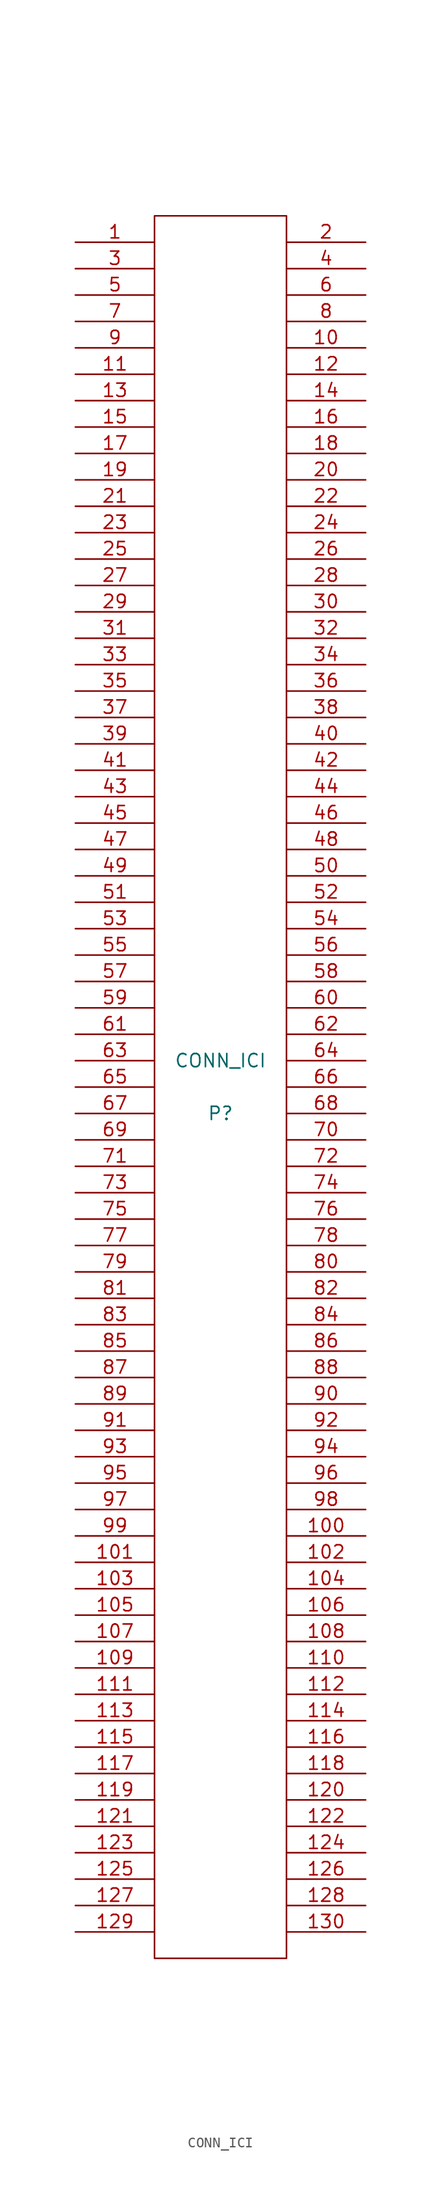
<source format=kicad_sym>
(kicad_symbol_lib
  (version 20211014)
  (generator kicad_symbol_editor)
  (symbol "CONN_ICI"
    (pin_names
      (offset 1.016) hide)
    (property "Reference" "P"
      (at 0 -2.54 0)
      (effects (font (size 1.27 1.27))))
    (property "Value" "CONN_ICI"
      (at 0 2.54 0)
      (effects (font (size 1.27 1.27))))
    (property "Datasheet" ""
      (at 0 0 0)
      (effects (font (size 1.524 1.524))))
    (symbol "CONN_ICI_0_1"
      (rectangle (start -6.35 83.82) (end 6.35 -83.82) (stroke (width 0) (type default) (color 0 0 0 0)) (fill (type none))))
    (symbol "CONN_ICI_1_1"
      (pin input line (at -13.97 81.28 0) (length 7.62) (name "1" (effects (font (size 1.27 1.27)))) (number "1" (effects (font (size 1.27 1.27)))))
      (pin input line (at 13.97 71.12 180) (length 7.62) (name "10" (effects (font (size 1.27 1.27)))) (number "10" (effects (font (size 1.27 1.27)))))
      (pin input line (at 13.97 -43.18 180) (length 7.62) (name "100" (effects (font (size 1.27 1.27)))) (number "100" (effects (font (size 1.27 1.27)))))
      (pin input line (at -13.97 -45.72 0) (length 7.62) (name "101" (effects (font (size 1.27 1.27)))) (number "101" (effects (font (size 1.27 1.27)))))
      (pin input line (at 13.97 -45.72 180) (length 7.62) (name "102" (effects (font (size 1.27 1.27)))) (number "102" (effects (font (size 1.27 1.27)))))
      (pin input line (at -13.97 -48.26 0) (length 7.62) (name "103" (effects (font (size 1.27 1.27)))) (number "103" (effects (font (size 1.27 1.27)))))
      (pin input line (at 13.97 -48.26 180) (length 7.62) (name "104" (effects (font (size 1.27 1.27)))) (number "104" (effects (font (size 1.27 1.27)))))
      (pin input line (at -13.97 -50.8 0) (length 7.62) (name "105" (effects (font (size 1.27 1.27)))) (number "105" (effects (font (size 1.27 1.27)))))
      (pin input line (at 13.97 -50.8 180) (length 7.62) (name "106" (effects (font (size 1.27 1.27)))) (number "106" (effects (font (size 1.27 1.27)))))
      (pin input line (at -13.97 -53.34 0) (length 7.62) (name "107" (effects (font (size 1.27 1.27)))) (number "107" (effects (font (size 1.27 1.27)))))
      (pin input line (at 13.97 -53.34 180) (length 7.62) (name "108" (effects (font (size 1.27 1.27)))) (number "108" (effects (font (size 1.27 1.27)))))
      (pin input line (at -13.97 -55.88 0) (length 7.62) (name "109" (effects (font (size 1.27 1.27)))) (number "109" (effects (font (size 1.27 1.27)))))
      (pin input line (at -13.97 68.58 0) (length 7.62) (name "11" (effects (font (size 1.27 1.27)))) (number "11" (effects (font (size 1.27 1.27)))))
      (pin input line (at 13.97 -55.88 180) (length 7.62) (name "110" (effects (font (size 1.27 1.27)))) (number "110" (effects (font (size 1.27 1.27)))))
      (pin input line (at -13.97 -58.42 0) (length 7.62) (name "111" (effects (font (size 1.27 1.27)))) (number "111" (effects (font (size 1.27 1.27)))))
      (pin input line (at 13.97 -58.42 180) (length 7.62) (name "112" (effects (font (size 1.27 1.27)))) (number "112" (effects (font (size 1.27 1.27)))))
      (pin input line (at -13.97 -60.96 0) (length 7.62) (name "113" (effects (font (size 1.27 1.27)))) (number "113" (effects (font (size 1.27 1.27)))))
      (pin input line (at 13.97 -60.96 180) (length 7.62) (name "114" (effects (font (size 1.27 1.27)))) (number "114" (effects (font (size 1.27 1.27)))))
      (pin input line (at -13.97 -63.5 0) (length 7.62) (name "115" (effects (font (size 1.27 1.27)))) (number "115" (effects (font (size 1.27 1.27)))))
      (pin input line (at 13.97 -63.5 180) (length 7.62) (name "116" (effects (font (size 1.27 1.27)))) (number "116" (effects (font (size 1.27 1.27)))))
      (pin input line (at -13.97 -66.04 0) (length 7.62) (name "117" (effects (font (size 1.27 1.27)))) (number "117" (effects (font (size 1.27 1.27)))))
      (pin input line (at 13.97 -66.04 180) (length 7.62) (name "118" (effects (font (size 1.27 1.27)))) (number "118" (effects (font (size 1.27 1.27)))))
      (pin input line (at -13.97 -68.58 0) (length 7.62) (name "119" (effects (font (size 1.27 1.27)))) (number "119" (effects (font (size 1.27 1.27)))))
      (pin input line (at 13.97 68.58 180) (length 7.62) (name "12" (effects (font (size 1.27 1.27)))) (number "12" (effects (font (size 1.27 1.27)))))
      (pin input line (at 13.97 -68.58 180) (length 7.62) (name "120" (effects (font (size 1.27 1.27)))) (number "120" (effects (font (size 1.27 1.27)))))
      (pin input line (at -13.97 -71.12 0) (length 7.62) (name "121" (effects (font (size 1.27 1.27)))) (number "121" (effects (font (size 1.27 1.27)))))
      (pin input line (at 13.97 -71.12 180) (length 7.62) (name "122" (effects (font (size 1.27 1.27)))) (number "122" (effects (font (size 1.27 1.27)))))
      (pin input line (at -13.97 -73.66 0) (length 7.62) (name "123" (effects (font (size 1.27 1.27)))) (number "123" (effects (font (size 1.27 1.27)))))
      (pin input line (at 13.97 -73.66 180) (length 7.62) (name "124" (effects (font (size 1.27 1.27)))) (number "124" (effects (font (size 1.27 1.27)))))
      (pin input line (at -13.97 -76.2 0) (length 7.62) (name "125" (effects (font (size 1.27 1.27)))) (number "125" (effects (font (size 1.27 1.27)))))
      (pin input line (at 13.97 -76.2 180) (length 7.62) (name "126" (effects (font (size 1.27 1.27)))) (number "126" (effects (font (size 1.27 1.27)))))
      (pin input line (at -13.97 -78.74 0) (length 7.62) (name "127" (effects (font (size 1.27 1.27)))) (number "127" (effects (font (size 1.27 1.27)))))
      (pin input line (at 13.97 -78.74 180) (length 7.62) (name "128" (effects (font (size 1.27 1.27)))) (number "128" (effects (font (size 1.27 1.27)))))
      (pin input line (at -13.97 -81.28 0) (length 7.62) (name "129" (effects (font (size 1.27 1.27)))) (number "129" (effects (font (size 1.27 1.27)))))
      (pin input line (at -13.97 66.04 0) (length 7.62) (name "13" (effects (font (size 1.27 1.27)))) (number "13" (effects (font (size 1.27 1.27)))))
      (pin input line (at 13.97 -81.28 180) (length 7.62) (name "130" (effects (font (size 1.27 1.27)))) (number "130" (effects (font (size 1.27 1.27)))))
      (pin input line (at 13.97 66.04 180) (length 7.62) (name "14" (effects (font (size 1.27 1.27)))) (number "14" (effects (font (size 1.27 1.27)))))
      (pin input line (at -13.97 63.5 0) (length 7.62) (name "15" (effects (font (size 1.27 1.27)))) (number "15" (effects (font (size 1.27 1.27)))))
      (pin input line (at 13.97 63.5 180) (length 7.62) (name "16" (effects (font (size 1.27 1.27)))) (number "16" (effects (font (size 1.27 1.27)))))
      (pin input line (at -13.97 60.96 0) (length 7.62) (name "17" (effects (font (size 1.27 1.27)))) (number "17" (effects (font (size 1.27 1.27)))))
      (pin input line (at 13.97 60.96 180) (length 7.62) (name "18" (effects (font (size 1.27 1.27)))) (number "18" (effects (font (size 1.27 1.27)))))
      (pin input line (at -13.97 58.42 0) (length 7.62) (name "19" (effects (font (size 1.27 1.27)))) (number "19" (effects (font (size 1.27 1.27)))))
      (pin input line (at 13.97 81.28 180) (length 7.62) (name "2" (effects (font (size 1.27 1.27)))) (number "2" (effects (font (size 1.27 1.27)))))
      (pin input line (at 13.97 58.42 180) (length 7.62) (name "20" (effects (font (size 1.27 1.27)))) (number "20" (effects (font (size 1.27 1.27)))))
      (pin input line (at -13.97 55.88 0) (length 7.62) (name "21" (effects (font (size 1.27 1.27)))) (number "21" (effects (font (size 1.27 1.27)))))
      (pin input line (at 13.97 55.88 180) (length 7.62) (name "22" (effects (font (size 1.27 1.27)))) (number "22" (effects (font (size 1.27 1.27)))))
      (pin input line (at -13.97 53.34 0) (length 7.62) (name "23" (effects (font (size 1.27 1.27)))) (number "23" (effects (font (size 1.27 1.27)))))
      (pin input line (at 13.97 53.34 180) (length 7.62) (name "24" (effects (font (size 1.27 1.27)))) (number "24" (effects (font (size 1.27 1.27)))))
      (pin input line (at -13.97 50.8 0) (length 7.62) (name "25" (effects (font (size 1.27 1.27)))) (number "25" (effects (font (size 1.27 1.27)))))
      (pin input line (at 13.97 50.8 180) (length 7.62) (name "26" (effects (font (size 1.27 1.27)))) (number "26" (effects (font (size 1.27 1.27)))))
      (pin input line (at -13.97 48.26 0) (length 7.62) (name "27" (effects (font (size 1.27 1.27)))) (number "27" (effects (font (size 1.27 1.27)))))
      (pin input line (at 13.97 48.26 180) (length 7.62) (name "28" (effects (font (size 1.27 1.27)))) (number "28" (effects (font (size 1.27 1.27)))))
      (pin input line (at -13.97 45.72 0) (length 7.62) (name "29" (effects (font (size 1.27 1.27)))) (number "29" (effects (font (size 1.27 1.27)))))
      (pin input line (at -13.97 78.74 0) (length 7.62) (name "3" (effects (font (size 1.27 1.27)))) (number "3" (effects (font (size 1.27 1.27)))))
      (pin input line (at 13.97 45.72 180) (length 7.62) (name "30" (effects (font (size 1.27 1.27)))) (number "30" (effects (font (size 1.27 1.27)))))
      (pin input line (at -13.97 43.18 0) (length 7.62) (name "31" (effects (font (size 1.27 1.27)))) (number "31" (effects (font (size 1.27 1.27)))))
      (pin input line (at 13.97 43.18 180) (length 7.62) (name "32" (effects (font (size 1.27 1.27)))) (number "32" (effects (font (size 1.27 1.27)))))
      (pin input line (at -13.97 40.64 0) (length 7.62) (name "33" (effects (font (size 1.27 1.27)))) (number "33" (effects (font (size 1.27 1.27)))))
      (pin input line (at 13.97 40.64 180) (length 7.62) (name "34" (effects (font (size 1.27 1.27)))) (number "34" (effects (font (size 1.27 1.27)))))
      (pin input line (at -13.97 38.1 0) (length 7.62) (name "35" (effects (font (size 1.27 1.27)))) (number "35" (effects (font (size 1.27 1.27)))))
      (pin input line (at 13.97 38.1 180) (length 7.62) (name "36" (effects (font (size 1.27 1.27)))) (number "36" (effects (font (size 1.27 1.27)))))
      (pin input line (at -13.97 35.56 0) (length 7.62) (name "37" (effects (font (size 1.27 1.27)))) (number "37" (effects (font (size 1.27 1.27)))))
      (pin input line (at 13.97 35.56 180) (length 7.62) (name "38" (effects (font (size 1.27 1.27)))) (number "38" (effects (font (size 1.27 1.27)))))
      (pin input line (at -13.97 33.02 0) (length 7.62) (name "39" (effects (font (size 1.27 1.27)))) (number "39" (effects (font (size 1.27 1.27)))))
      (pin input line (at 13.97 78.74 180) (length 7.62) (name "4" (effects (font (size 1.27 1.27)))) (number "4" (effects (font (size 1.27 1.27)))))
      (pin input line (at 13.97 33.02 180) (length 7.62) (name "40" (effects (font (size 1.27 1.27)))) (number "40" (effects (font (size 1.27 1.27)))))
      (pin input line (at -13.97 30.48 0) (length 7.62) (name "41" (effects (font (size 1.27 1.27)))) (number "41" (effects (font (size 1.27 1.27)))))
      (pin input line (at 13.97 30.48 180) (length 7.62) (name "42" (effects (font (size 1.27 1.27)))) (number "42" (effects (font (size 1.27 1.27)))))
      (pin input line (at -13.97 27.94 0) (length 7.62) (name "43" (effects (font (size 1.27 1.27)))) (number "43" (effects (font (size 1.27 1.27)))))
      (pin input line (at 13.97 27.94 180) (length 7.62) (name "44" (effects (font (size 1.27 1.27)))) (number "44" (effects (font (size 1.27 1.27)))))
      (pin input line (at -13.97 25.4 0) (length 7.62) (name "45" (effects (font (size 1.27 1.27)))) (number "45" (effects (font (size 1.27 1.27)))))
      (pin input line (at 13.97 25.4 180) (length 7.62) (name "46" (effects (font (size 1.27 1.27)))) (number "46" (effects (font (size 1.27 1.27)))))
      (pin input line (at -13.97 22.86 0) (length 7.62) (name "47" (effects (font (size 1.27 1.27)))) (number "47" (effects (font (size 1.27 1.27)))))
      (pin input line (at 13.97 22.86 180) (length 7.62) (name "48" (effects (font (size 1.27 1.27)))) (number "48" (effects (font (size 1.27 1.27)))))
      (pin input line (at -13.97 20.32 0) (length 7.62) (name "49" (effects (font (size 1.27 1.27)))) (number "49" (effects (font (size 1.27 1.27)))))
      (pin input line (at -13.97 76.2 0) (length 7.62) (name "5" (effects (font (size 1.27 1.27)))) (number "5" (effects (font (size 1.27 1.27)))))
      (pin input line (at 13.97 20.32 180) (length 7.62) (name "50" (effects (font (size 1.27 1.27)))) (number "50" (effects (font (size 1.27 1.27)))))
      (pin input line (at -13.97 17.78 0) (length 7.62) (name "51" (effects (font (size 1.27 1.27)))) (number "51" (effects (font (size 1.27 1.27)))))
      (pin input line (at 13.97 17.78 180) (length 7.62) (name "52" (effects (font (size 1.27 1.27)))) (number "52" (effects (font (size 1.27 1.27)))))
      (pin input line (at -13.97 15.24 0) (length 7.62) (name "53" (effects (font (size 1.27 1.27)))) (number "53" (effects (font (size 1.27 1.27)))))
      (pin input line (at 13.97 15.24 180) (length 7.62) (name "54" (effects (font (size 1.27 1.27)))) (number "54" (effects (font (size 1.27 1.27)))))
      (pin input line (at -13.97 12.7 0) (length 7.62) (name "55" (effects (font (size 1.27 1.27)))) (number "55" (effects (font (size 1.27 1.27)))))
      (pin input line (at 13.97 12.7 180) (length 7.62) (name "56" (effects (font (size 1.27 1.27)))) (number "56" (effects (font (size 1.27 1.27)))))
      (pin input line (at -13.97 10.16 0) (length 7.62) (name "57" (effects (font (size 1.27 1.27)))) (number "57" (effects (font (size 1.27 1.27)))))
      (pin input line (at 13.97 10.16 180) (length 7.62) (name "58" (effects (font (size 1.27 1.27)))) (number "58" (effects (font (size 1.27 1.27)))))
      (pin input line (at -13.97 7.62 0) (length 7.62) (name "59" (effects (font (size 1.27 1.27)))) (number "59" (effects (font (size 1.27 1.27)))))
      (pin input line (at 13.97 76.2 180) (length 7.62) (name "6" (effects (font (size 1.27 1.27)))) (number "6" (effects (font (size 1.27 1.27)))))
      (pin input line (at 13.97 7.62 180) (length 7.62) (name "60" (effects (font (size 1.27 1.27)))) (number "60" (effects (font (size 1.27 1.27)))))
      (pin input line (at -13.97 5.08 0) (length 7.62) (name "61" (effects (font (size 1.27 1.27)))) (number "61" (effects (font (size 1.27 1.27)))))
      (pin input line (at 13.97 5.08 180) (length 7.62) (name "62" (effects (font (size 1.27 1.27)))) (number "62" (effects (font (size 1.27 1.27)))))
      (pin input line (at -13.97 2.54 0) (length 7.62) (name "63" (effects (font (size 1.27 1.27)))) (number "63" (effects (font (size 1.27 1.27)))))
      (pin input line (at 13.97 2.54 180) (length 7.62) (name "64" (effects (font (size 1.27 1.27)))) (number "64" (effects (font (size 1.27 1.27)))))
      (pin input line (at -13.97 0 0) (length 7.62) (name "65" (effects (font (size 1.27 1.27)))) (number "65" (effects (font (size 1.27 1.27)))))
      (pin input line (at 13.97 0 180) (length 7.62) (name "66" (effects (font (size 1.27 1.27)))) (number "66" (effects (font (size 1.27 1.27)))))
      (pin input line (at -13.97 -2.54 0) (length 7.62) (name "67" (effects (font (size 1.27 1.27)))) (number "67" (effects (font (size 1.27 1.27)))))
      (pin input line (at 13.97 -2.54 180) (length 7.62) (name "68" (effects (font (size 1.27 1.27)))) (number "68" (effects (font (size 1.27 1.27)))))
      (pin input line (at -13.97 -5.08 0) (length 7.62) (name "69" (effects (font (size 1.27 1.27)))) (number "69" (effects (font (size 1.27 1.27)))))
      (pin input line (at -13.97 73.66 0) (length 7.62) (name "7" (effects (font (size 1.27 1.27)))) (number "7" (effects (font (size 1.27 1.27)))))
      (pin input line (at 13.97 -5.08 180) (length 7.62) (name "70" (effects (font (size 1.27 1.27)))) (number "70" (effects (font (size 1.27 1.27)))))
      (pin input line (at -13.97 -7.62 0) (length 7.62) (name "71" (effects (font (size 1.27 1.27)))) (number "71" (effects (font (size 1.27 1.27)))))
      (pin input line (at 13.97 -7.62 180) (length 7.62) (name "72" (effects (font (size 1.27 1.27)))) (number "72" (effects (font (size 1.27 1.27)))))
      (pin input line (at -13.97 -10.16 0) (length 7.62) (name "73" (effects (font (size 1.27 1.27)))) (number "73" (effects (font (size 1.27 1.27)))))
      (pin input line (at 13.97 -10.16 180) (length 7.62) (name "74" (effects (font (size 1.27 1.27)))) (number "74" (effects (font (size 1.27 1.27)))))
      (pin input line (at -13.97 -12.7 0) (length 7.62) (name "75" (effects (font (size 1.27 1.27)))) (number "75" (effects (font (size 1.27 1.27)))))
      (pin input line (at 13.97 -12.7 180) (length 7.62) (name "76" (effects (font (size 1.27 1.27)))) (number "76" (effects (font (size 1.27 1.27)))))
      (pin input line (at -13.97 -15.24 0) (length 7.62) (name "77" (effects (font (size 1.27 1.27)))) (number "77" (effects (font (size 1.27 1.27)))))
      (pin input line (at 13.97 -15.24 180) (length 7.62) (name "78" (effects (font (size 1.27 1.27)))) (number "78" (effects (font (size 1.27 1.27)))))
      (pin input line (at -13.97 -17.78 0) (length 7.62) (name "79" (effects (font (size 1.27 1.27)))) (number "79" (effects (font (size 1.27 1.27)))))
      (pin input line (at 13.97 73.66 180) (length 7.62) (name "8" (effects (font (size 1.27 1.27)))) (number "8" (effects (font (size 1.27 1.27)))))
      (pin input line (at 13.97 -17.78 180) (length 7.62) (name "80" (effects (font (size 1.27 1.27)))) (number "80" (effects (font (size 1.27 1.27)))))
      (pin input line (at -13.97 -20.32 0) (length 7.62) (name "81" (effects (font (size 1.27 1.27)))) (number "81" (effects (font (size 1.27 1.27)))))
      (pin input line (at 13.97 -20.32 180) (length 7.62) (name "82" (effects (font (size 1.27 1.27)))) (number "82" (effects (font (size 1.27 1.27)))))
      (pin input line (at -13.97 -22.86 0) (length 7.62) (name "83" (effects (font (size 1.27 1.27)))) (number "83" (effects (font (size 1.27 1.27)))))
      (pin input line (at 13.97 -22.86 180) (length 7.62) (name "84" (effects (font (size 1.27 1.27)))) (number "84" (effects (font (size 1.27 1.27)))))
      (pin input line (at -13.97 -25.4 0) (length 7.62) (name "85" (effects (font (size 1.27 1.27)))) (number "85" (effects (font (size 1.27 1.27)))))
      (pin input line (at 13.97 -25.4 180) (length 7.62) (name "86" (effects (font (size 1.27 1.27)))) (number "86" (effects (font (size 1.27 1.27)))))
      (pin input line (at -13.97 -27.94 0) (length 7.62) (name "87" (effects (font (size 1.27 1.27)))) (number "87" (effects (font (size 1.27 1.27)))))
      (pin input line (at 13.97 -27.94 180) (length 7.62) (name "88" (effects (font (size 1.27 1.27)))) (number "88" (effects (font (size 1.27 1.27)))))
      (pin input line (at -13.97 -30.48 0) (length 7.62) (name "89" (effects (font (size 1.27 1.27)))) (number "89" (effects (font (size 1.27 1.27)))))
      (pin input line (at -13.97 71.12 0) (length 7.62) (name "9" (effects (font (size 1.27 1.27)))) (number "9" (effects (font (size 1.27 1.27)))))
      (pin input line (at 13.97 -30.48 180) (length 7.62) (name "90" (effects (font (size 1.27 1.27)))) (number "90" (effects (font (size 1.27 1.27)))))
      (pin input line (at -13.97 -33.02 0) (length 7.62) (name "91" (effects (font (size 1.27 1.27)))) (number "91" (effects (font (size 1.27 1.27)))))
      (pin input line (at 13.97 -33.02 180) (length 7.62) (name "92" (effects (font (size 1.27 1.27)))) (number "92" (effects (font (size 1.27 1.27)))))
      (pin input line (at -13.97 -35.56 0) (length 7.62) (name "93" (effects (font (size 1.27 1.27)))) (number "93" (effects (font (size 1.27 1.27)))))
      (pin input line (at 13.97 -35.56 180) (length 7.62) (name "94" (effects (font (size 1.27 1.27)))) (number "94" (effects (font (size 1.27 1.27)))))
      (pin input line (at -13.97 -38.1 0) (length 7.62) (name "95" (effects (font (size 1.27 1.27)))) (number "95" (effects (font (size 1.27 1.27)))))
      (pin input line (at 13.97 -38.1 180) (length 7.62) (name "96" (effects (font (size 1.27 1.27)))) (number "96" (effects (font (size 1.27 1.27)))))
      (pin input line (at -13.97 -40.64 0) (length 7.62) (name "97" (effects (font (size 1.27 1.27)))) (number "97" (effects (font (size 1.27 1.27)))))
      (pin input line (at 13.97 -40.64 180) (length 7.62) (name "98" (effects (font (size 1.27 1.27)))) (number "98" (effects (font (size 1.27 1.27)))))
      (pin input line (at -13.97 -43.18 0) (length 7.62) (name "99" (effects (font (size 1.27 1.27)))) (number "99" (effects (font (size 1.27 1.27))))))))
</source>
